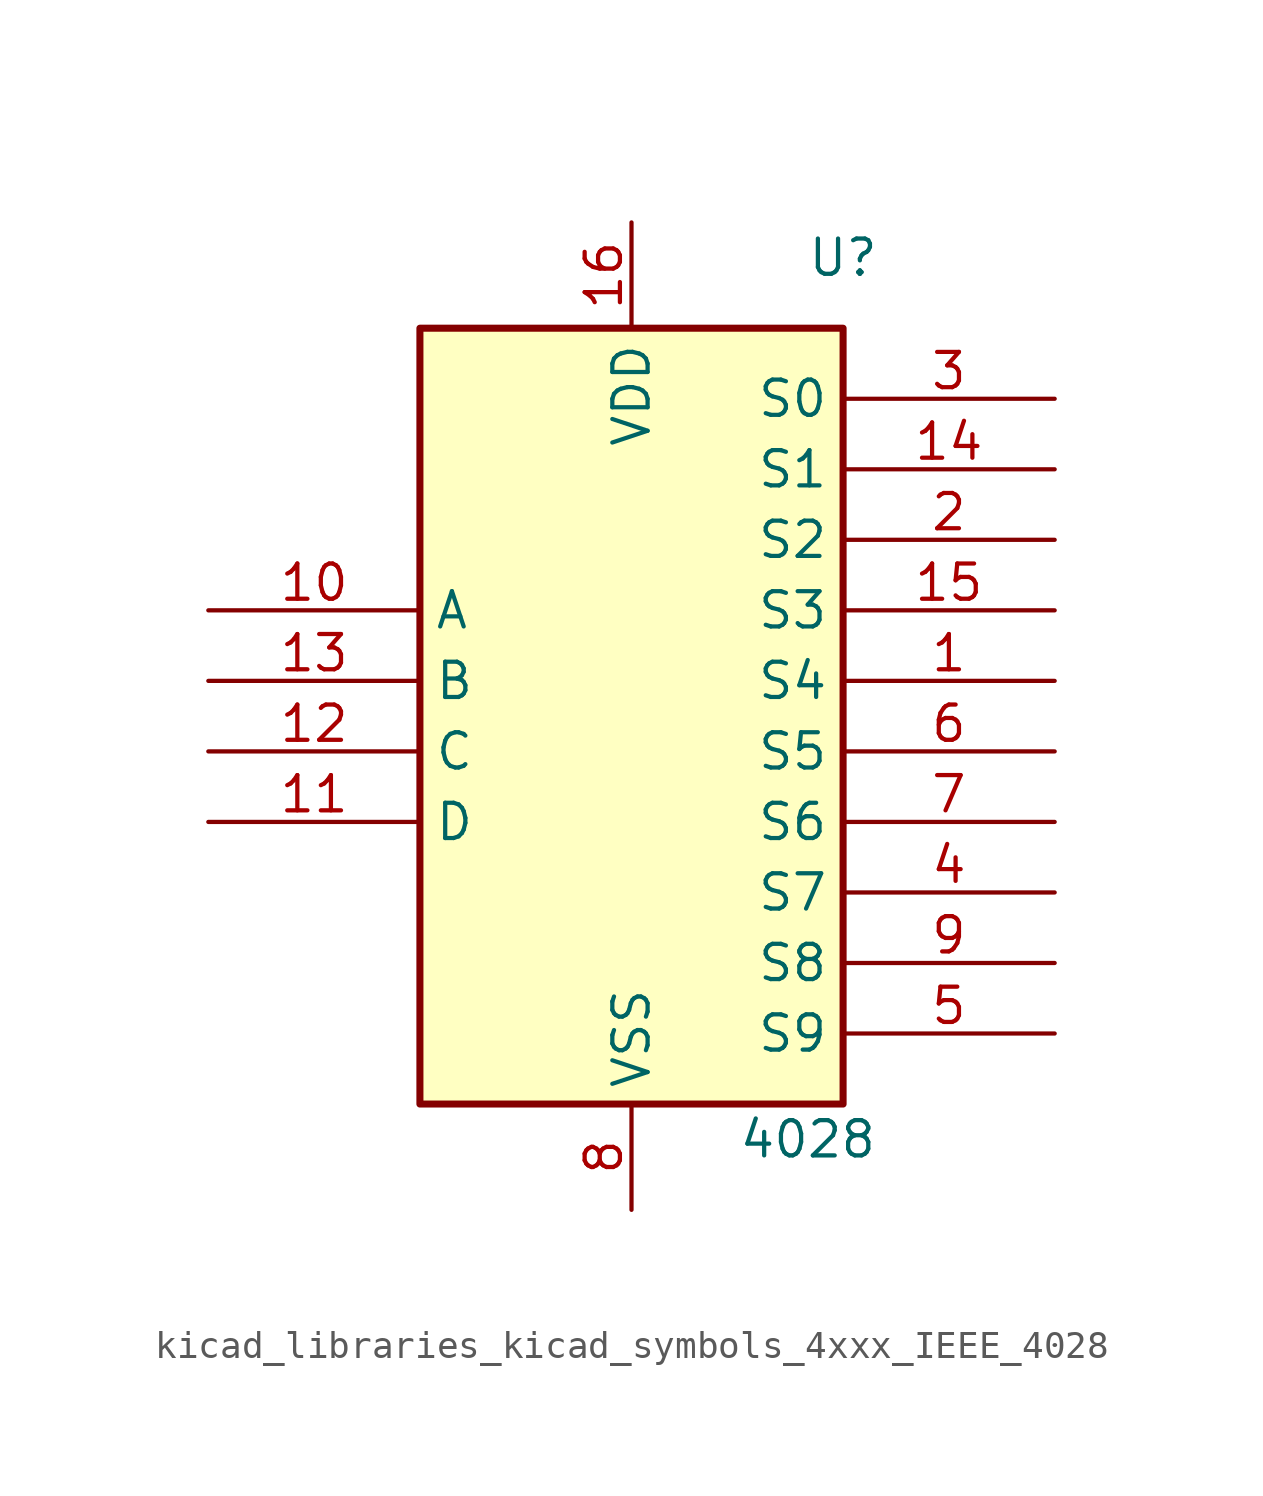
<source format=kicad_sym>
(kicad_symbol_lib
  (version 20220914)
  (generator kicad_symbol_editor)
  (symbol "kicad_libraries_kicad_symbols_4xxx_IEEE_4028"
    (property "Reference" "U"
      (at 7.62 16.51 0)
      (effects (font (size 1.27 1.27))))
    (property "Value" "4028"
      (at 6.35 -15.24 0)
      (effects (font (size 1.27 1.27))))
    (symbol "kicad_libraries_kicad_symbols_4xxx_IEEE_4028_0_0"
      (pin power_in line (at 0 17.78 270) (length 3.81) (name "VDD" (effects (font (size 1.27 1.27)))) (number "16" (effects (font (size 1.27 1.27))))))
    (symbol "kicad_libraries_kicad_symbols_4xxx_IEEE_4028_0_1"
      (rectangle (start -7.62 13.97) (end 7.62 -13.97) (stroke (width 0.254) (type default)) (fill (type background)))
      (pin power_in line (at 0 -17.78 90) (length 3.81) (name "VSS" (effects (font (size 1.27 1.27)))) (number "8" (effects (font (size 1.27 1.27))))))
    (symbol "kicad_libraries_kicad_symbols_4xxx_IEEE_4028_1_1"
      (pin output line (at 15.24 1.27 180) (length 7.62) (name "S4" (effects (font (size 1.27 1.27)))) (number "1" (effects (font (size 1.27 1.27)))))
      (pin input line (at -15.24 3.81 0) (length 7.62) (name "A" (effects (font (size 1.27 1.27)))) (number "10" (effects (font (size 1.27 1.27)))))
      (pin input line (at -15.24 -3.81 0) (length 7.62) (name "D" (effects (font (size 1.27 1.27)))) (number "11" (effects (font (size 1.27 1.27)))))
      (pin input line (at -15.24 -1.27 0) (length 7.62) (name "C" (effects (font (size 1.27 1.27)))) (number "12" (effects (font (size 1.27 1.27)))))
      (pin input line (at -15.24 1.27 0) (length 7.62) (name "B" (effects (font (size 1.27 1.27)))) (number "13" (effects (font (size 1.27 1.27)))))
      (pin output line (at 15.24 8.89 180) (length 7.62) (name "S1" (effects (font (size 1.27 1.27)))) (number "14" (effects (font (size 1.27 1.27)))))
      (pin output line (at 15.24 3.81 180) (length 7.62) (name "S3" (effects (font (size 1.27 1.27)))) (number "15" (effects (font (size 1.27 1.27)))))
      (pin output line (at 15.24 6.35 180) (length 7.62) (name "S2" (effects (font (size 1.27 1.27)))) (number "2" (effects (font (size 1.27 1.27)))))
      (pin output line (at 15.24 11.43 180) (length 7.62) (name "S0" (effects (font (size 1.27 1.27)))) (number "3" (effects (font (size 1.27 1.27)))))
      (pin output line (at 15.24 -6.35 180) (length 7.62) (name "S7" (effects (font (size 1.27 1.27)))) (number "4" (effects (font (size 1.27 1.27)))))
      (pin output line (at 15.24 -11.43 180) (length 7.62) (name "S9" (effects (font (size 1.27 1.27)))) (number "5" (effects (font (size 1.27 1.27)))))
      (pin output line (at 15.24 -1.27 180) (length 7.62) (name "S5" (effects (font (size 1.27 1.27)))) (number "6" (effects (font (size 1.27 1.27)))))
      (pin output line (at 15.24 -3.81 180) (length 7.62) (name "S6" (effects (font (size 1.27 1.27)))) (number "7" (effects (font (size 1.27 1.27)))))
      (pin output line (at 15.24 -8.89 180) (length 7.62) (name "S8" (effects (font (size 1.27 1.27)))) (number "9" (effects (font (size 1.27 1.27))))))))
</source>
